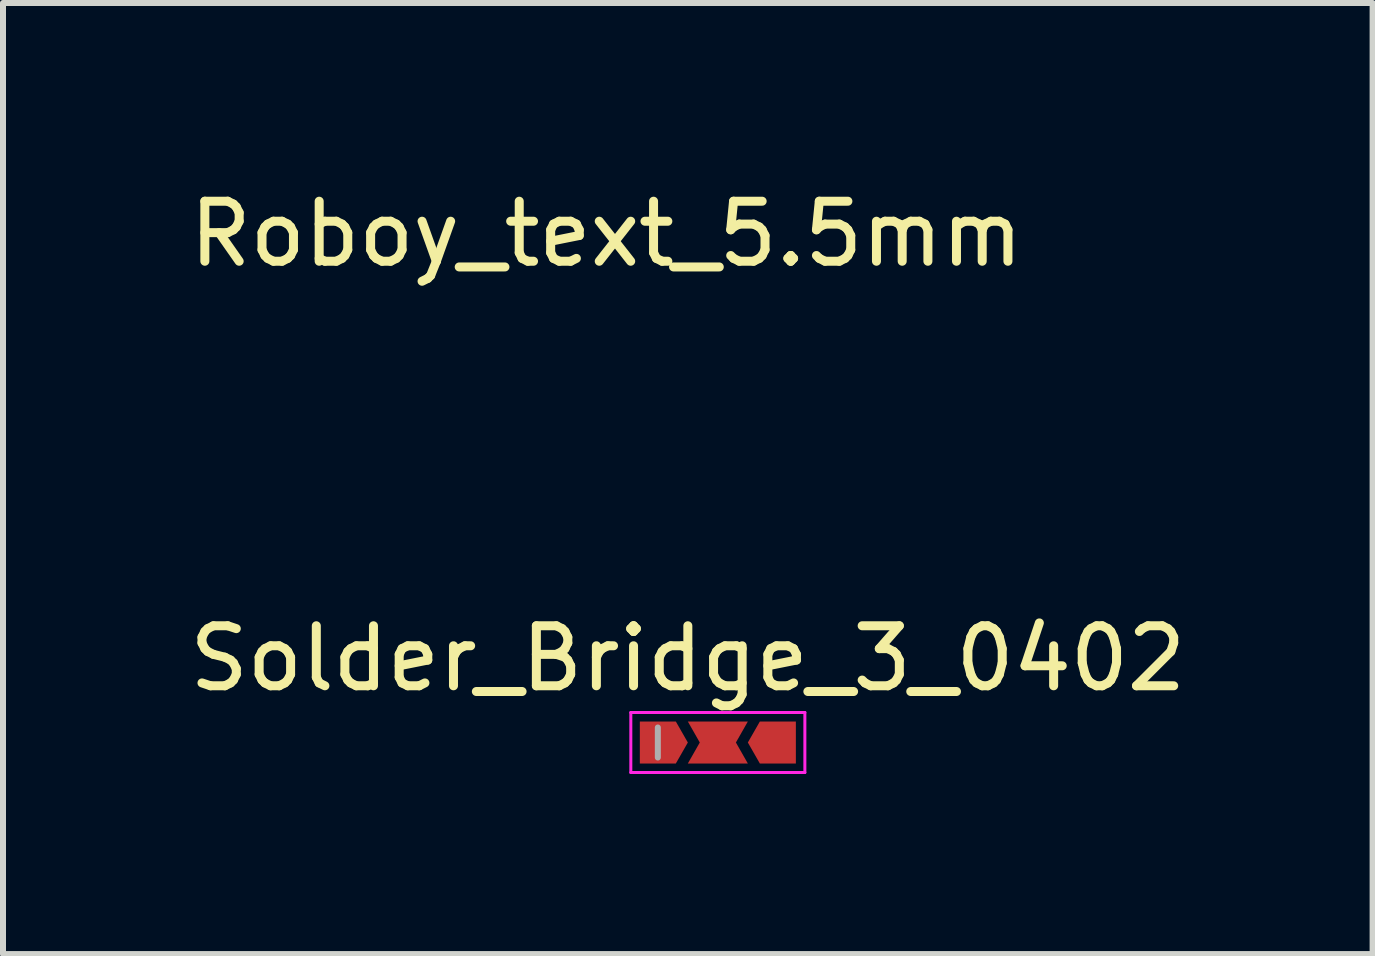
<source format=kicad_pcb>
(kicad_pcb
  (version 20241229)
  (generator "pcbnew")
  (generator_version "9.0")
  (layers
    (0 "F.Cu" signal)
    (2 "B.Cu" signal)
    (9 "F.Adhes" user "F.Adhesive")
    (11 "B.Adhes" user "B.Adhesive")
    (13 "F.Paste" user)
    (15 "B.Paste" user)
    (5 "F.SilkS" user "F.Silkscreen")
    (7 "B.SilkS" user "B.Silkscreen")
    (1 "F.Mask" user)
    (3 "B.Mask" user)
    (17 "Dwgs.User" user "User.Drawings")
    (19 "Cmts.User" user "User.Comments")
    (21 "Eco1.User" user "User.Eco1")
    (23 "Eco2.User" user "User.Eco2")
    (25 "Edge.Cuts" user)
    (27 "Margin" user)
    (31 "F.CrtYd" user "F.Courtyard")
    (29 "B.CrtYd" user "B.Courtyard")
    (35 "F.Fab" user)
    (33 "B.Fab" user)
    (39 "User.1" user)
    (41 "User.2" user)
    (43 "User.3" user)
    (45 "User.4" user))
  (footprint "Solder_Bridge_3_0402"
    (layer "F.Cu")
    (at 8.911 9.322)
    (property "Reference" "Solder_Bridge_3_0402" (at -0.5 -1.4 0) (layer "F.SilkS") (effects (font (size 1 1) (thickness 0.15))))
    (attr smd)
    (fp_line (start -1.45 -0.5) (end 1.45 -0.5) (stroke (width 0.05) (type solid)) (layer "F.CrtYd"))
    (fp_line (start -1.45 0.5) (end -1.45 -0.5) (stroke (width 0.05) (type solid)) (layer "F.CrtYd"))
    (fp_line (start 1.45 -0.5) (end 1.45 0.5) (stroke (width 0.05) (type solid)) (layer "F.CrtYd"))
    (fp_line (start 1.45 0.5) (end -1.45 0.5) (stroke (width 0.05) (type solid)) (layer "F.CrtYd"))
    (fp_line (start -1 0.25) (end -1 -0.25) (stroke (width 0.1) (type solid)) (layer "F.Fab"))
    (pad "1" smd custom (at -1 0) (size 0.6 0.7) (layers "F.Cu" "F.Mask" "F.Paste") (options (anchor rect)) (primitives (gr_poly (pts (xy 0.3 0.35) (xy 0.3 -0.35) (xy 0.5 0)) (width 0) (fill yes))))
    (pad "2" smd custom (at 0 0) (size 0.6 0.7) (layers "F.Cu" "F.Mask" "F.Paste") (options (anchor rect)) (primitives (gr_poly (pts (xy -0.3 -0.35) (xy -0.3 0.35) (xy -0.5 0.35) (xy -0.301 0) (xy -0.5 -0.35)) (width 0) (fill yes)) (gr_poly (pts (xy 0.3 0.35) (xy 0.3 -0.35) (xy 0.5 -0.35) (xy 0.301 0) (xy 0.5 0.35)) (width 0) (fill yes))))
    (pad "3" smd custom (at 1 0) (size 0.6 0.7) (layers "F.Cu" "F.Mask" "F.Paste") (options (anchor rect)) (primitives (gr_poly (pts (xy -0.3 -0.35) (xy -0.3 0.35) (xy -0.5 0)) (width 0) (fill yes)))))
  (footprint "Roboy_text_5.5mm"
    (layer "F.Cu")
    (at 7.054 3.388)
    (property "Reference" "Roboy_text_5.5mm" (at 0 -2.54 0) (layer "F.SilkS") (effects (font (size 1 1) (thickness 0.15))))
    (attr through_hole)
    (fp_poly (pts (xy 1.5 -0.189) (xy 1.505 -0.182) (xy 1.515 -0.166) (xy 1.527 -0.145) (xy 1.543 -0.117) (xy 1.56 -0.086) (xy 1.579 -0.052) (xy 1.599 -0.016) (xy 1.619 0.021) (xy 1.638 0.057) (xy 1.657 0.09) (xy 1.673 0.121) (xy 1.687 0.148) (xy 1.697 0.169) (xy 1.704 0.183) (xy 1.705 0.187) (xy 1.711 0.199) (xy 1.715 0.207) (xy 1.717 0.208) (xy 1.72 0.204) (xy 1.726 0.193) (xy 1.734 0.177) (xy 1.734 0.177) (xy 1.742 0.159) (xy 1.753 0.136) (xy 1.768 0.108) (xy 1.784 0.076) (xy 1.803 0.042) (xy 1.822 0.005) (xy 1.842 -0.031) (xy 1.861 -0.066) (xy 1.88 -0.1) (xy 1.897 -0.13) (xy 1.912 -0.156) (xy 1.924 -0.176) (xy 1.932 -0.189) (xy 1.936 -0.194) (xy 1.942 -0.198) (xy 1.949 -0.2) (xy 1.96 -0.202) (xy 1.976 -0.202) (xy 1.998 -0.202) (xy 2.029 -0.202) (xy 2.033 -0.202) (xy 2.118 -0.201) (xy 1.958 0.071) (xy 1.798 0.342) (xy 1.798 0.671) (xy 1.631 0.671) (xy 1.631 0.335) (xy 1.473 0.069) (xy 1.445 0.021) (xy 1.419 -0.024) (xy 1.394 -0.065) (xy 1.372 -0.102) (xy 1.353 -0.135) (xy 1.338 -0.162) (xy 1.326 -0.182) (xy 1.319 -0.195) (xy 1.316 -0.2) (xy 1.316 -0.2) (xy 1.321 -0.201) (xy 1.334 -0.202) (xy 1.354 -0.203) (xy 1.379 -0.203) (xy 1.401 -0.203) (xy 1.487 -0.203) (xy 1.5 -0.189)) (stroke (width 0.01) (type solid)) (fill yes) (layer "F.Mask"))
    (fp_poly (pts (xy -1.825 -0.202) (xy -1.772 -0.201) (xy -1.728 -0.201) (xy -1.692 -0.2) (xy -1.663 -0.198) (xy -1.638 -0.196) (xy -1.618 -0.194) (xy -1.601 -0.19) (xy -1.585 -0.186) (xy -1.57 -0.18) (xy -1.554 -0.173) (xy -1.536 -0.165) (xy -1.536 -0.165) (xy -1.495 -0.14) (xy -1.462 -0.108) (xy -1.436 -0.071) (xy -1.419 -0.027) (xy -1.412 0.007) (xy -1.409 0.059) (xy -1.415 0.109) (xy -1.431 0.156) (xy -1.454 0.198) (xy -1.486 0.236) (xy -1.525 0.267) (xy -1.565 0.288) (xy -1.594 0.301) (xy -1.572 0.322) (xy -1.566 0.329) (xy -1.555 0.343) (xy -1.54 0.363) (xy -1.522 0.388) (xy -1.502 0.417) (xy -1.48 0.448) (xy -1.457 0.481) (xy -1.434 0.514) (xy -1.411 0.547) (xy -1.39 0.577) (xy -1.371 0.605) (xy -1.355 0.63) (xy -1.342 0.649) (xy -1.334 0.662) (xy -1.331 0.668) (xy -1.331 0.668) (xy -1.336 0.669) (xy -1.349 0.67) (xy -1.368 0.671) (xy -1.392 0.671) (xy -1.418 0.671) (xy -1.444 0.67) (xy -1.469 0.669) (xy -1.491 0.668) (xy -1.507 0.666) (xy -1.516 0.665) (xy -1.516 0.665) (xy -1.523 0.658) (xy -1.535 0.644) (xy -1.552 0.621) (xy -1.574 0.59) (xy -1.601 0.55) (xy -1.633 0.502) (xy -1.671 0.446) (xy -1.711 0.385) (xy -1.723 0.367) (xy -1.734 0.353) (xy -1.744 0.343) (xy -1.745 0.343) (xy -1.757 0.338) (xy -1.777 0.334) (xy -1.803 0.332) (xy -1.849 0.329) (xy -1.849 0.671) (xy -2.017 0.671) (xy -2.017 0.214) (xy -1.849 0.214) (xy -1.772 0.212) (xy -1.74 0.211) (xy -1.716 0.21) (xy -1.698 0.208) (xy -1.683 0.204) (xy -1.669 0.2) (xy -1.664 0.198) (xy -1.63 0.18) (xy -1.604 0.156) (xy -1.587 0.126) (xy -1.577 0.089) (xy -1.575 0.061) (xy -1.579 0.024) (xy -1.593 -0.007) (xy -1.614 -0.034) (xy -1.642 -0.053) (xy -1.676 -0.066) (xy -1.677 -0.066) (xy -1.691 -0.068) (xy -1.713 -0.07) (xy -1.74 -0.072) (xy -1.769 -0.074) (xy -1.776 -0.074) (xy -1.849 -0.078) (xy -1.849 0.214) (xy -2.017 0.214) (xy -2.017 -0.204) (xy -1.825 -0.202)) (stroke (width 0.01) (type solid)) (fill yes) (layer "F.Mask"))
    (fp_poly (pts (xy -0.085 -0.202) (xy -0.033 -0.201) (xy 0.01 -0.201) (xy 0.045 -0.2) (xy 0.073 -0.2) (xy 0.095 -0.199) (xy 0.112 -0.198) (xy 0.126 -0.197) (xy 0.137 -0.195) (xy 0.147 -0.193) (xy 0.157 -0.19) (xy 0.163 -0.189) (xy 0.211 -0.17) (xy 0.252 -0.146) (xy 0.284 -0.118) (xy 0.308 -0.084) (xy 0.313 -0.075) (xy 0.325 -0.037) (xy 0.332 0.004) (xy 0.331 0.045) (xy 0.325 0.084) (xy 0.311 0.118) (xy 0.311 0.118) (xy 0.292 0.145) (xy 0.267 0.171) (xy 0.237 0.193) (xy 0.217 0.203) (xy 0.202 0.211) (xy 0.194 0.215) (xy 0.194 0.218) (xy 0.2 0.22) (xy 0.202 0.221) (xy 0.229 0.23) (xy 0.258 0.245) (xy 0.286 0.262) (xy 0.308 0.281) (xy 0.312 0.285) (xy 0.332 0.311) (xy 0.345 0.339) (xy 0.353 0.372) (xy 0.356 0.411) (xy 0.356 0.414) (xy 0.351 0.465) (xy 0.339 0.512) (xy 0.318 0.552) (xy 0.289 0.587) (xy 0.251 0.617) (xy 0.204 0.642) (xy 0.175 0.654) (xy 0.135 0.668) (xy -0.295 0.671) (xy -0.295 0.29) (xy -0.127 0.29) (xy -0.127 0.545) (xy -0.024 0.542) (xy 0.015 0.541) (xy 0.046 0.539) (xy 0.069 0.537) (xy 0.087 0.535) (xy 0.102 0.532) (xy 0.106 0.53) (xy 0.135 0.517) (xy 0.156 0.501) (xy 0.175 0.476) (xy 0.187 0.447) (xy 0.192 0.416) (xy 0.189 0.385) (xy 0.18 0.357) (xy 0.164 0.332) (xy 0.148 0.318) (xy 0.132 0.309) (xy 0.114 0.301) (xy 0.093 0.296) (xy 0.067 0.293) (xy 0.034 0.291) (xy -0.006 0.29) (xy -0.029 0.29) (xy -0.127 0.29) (xy -0.295 0.29) (xy -0.295 0.174) (xy -0.127 0.174) (xy -0.037 0.171) (xy 0.001 0.169) (xy 0.034 0.167) (xy 0.06 0.164) (xy 0.077 0.161) (xy 0.078 0.161) (xy 0.112 0.147) (xy 0.137 0.128) (xy 0.154 0.104) (xy 0.163 0.073) (xy 0.165 0.048) (xy 0.164 0.025) (xy 0.16 0.006) (xy 0.153 -0.011) (xy 0.152 -0.013) (xy 0.141 -0.031) (xy 0.125 -0.045) (xy 0.105 -0.056) (xy 0.079 -0.064) (xy 0.046 -0.07) (xy 0.005 -0.074) (xy -0.044 -0.076) (xy -0.07 -0.076) (xy -0.127 -0.076) (xy -0.127 0.174) (xy -0.295 0.174) (xy -0.295 -0.204) (xy -0.085 -0.202)) (stroke (width 0.01) (type solid)) (fill yes) (layer "F.Mask"))
    (fp_poly (pts (xy -0.82 -0.213) (xy -0.796 -0.211) (xy -0.775 -0.208) (xy -0.761 -0.206) (xy -0.698 -0.188) (xy -0.638 -0.162) (xy -0.585 -0.127) (xy -0.538 -0.086) (xy -0.499 -0.038) (xy -0.467 0.015) (xy -0.443 0.073) (xy -0.427 0.133) (xy -0.418 0.196) (xy -0.417 0.259) (xy -0.424 0.322) (xy -0.439 0.383) (xy -0.462 0.441) (xy -0.492 0.495) (xy -0.53 0.544) (xy -0.541 0.556) (xy -0.59 0.599) (xy -0.644 0.633) (xy -0.704 0.659) (xy -0.761 0.674) (xy -0.786 0.677) (xy -0.817 0.679) (xy -0.852 0.68) (xy -0.888 0.68) (xy -0.922 0.679) (xy -0.951 0.676) (xy -0.968 0.673) (xy -1.032 0.655) (xy -1.089 0.628) (xy -1.141 0.594) (xy -1.169 0.57) (xy -1.214 0.522) (xy -1.249 0.47) (xy -1.276 0.414) (xy -1.294 0.352) (xy -1.304 0.285) (xy -1.306 0.234) (xy -1.135 0.234) (xy -1.134 0.271) (xy -1.131 0.305) (xy -1.126 0.331) (xy -1.109 0.383) (xy -1.084 0.428) (xy -1.053 0.466) (xy -1.015 0.497) (xy -0.971 0.521) (xy -0.941 0.531) (xy -0.919 0.535) (xy -0.89 0.537) (xy -0.858 0.538) (xy -0.827 0.537) (xy -0.799 0.534) (xy -0.782 0.53) (xy -0.735 0.512) (xy -0.694 0.485) (xy -0.658 0.451) (xy -0.631 0.411) (xy -0.623 0.395) (xy -0.611 0.367) (xy -0.602 0.341) (xy -0.597 0.316) (xy -0.593 0.287) (xy -0.592 0.252) (xy -0.592 0.231) (xy -0.592 0.2) (xy -0.593 0.176) (xy -0.595 0.157) (xy -0.599 0.141) (xy -0.603 0.123) (xy -0.604 0.122) (xy -0.624 0.07) (xy -0.65 0.027) (xy -0.682 -0.009) (xy -0.721 -0.037) (xy -0.767 -0.058) (xy -0.782 -0.063) (xy -0.805 -0.068) (xy -0.835 -0.07) (xy -0.868 -0.071) (xy -0.9 -0.07) (xy -0.928 -0.066) (xy -0.939 -0.064) (xy -0.987 -0.046) (xy -1.029 -0.021) (xy -1.064 0.013) (xy -1.093 0.054) (xy -1.116 0.103) (xy -1.126 0.137) (xy -1.131 0.164) (xy -1.134 0.197) (xy -1.135 0.234) (xy -1.306 0.234) (xy -1.306 0.234) (xy -1.302 0.163) (xy -1.29 0.098) (xy -1.27 0.038) (xy -1.241 -0.017) (xy -1.203 -0.068) (xy -1.168 -0.103) (xy -1.143 -0.125) (xy -1.119 -0.143) (xy -1.091 -0.159) (xy -1.076 -0.167) (xy -1.044 -0.182) (xy -1.017 -0.193) (xy -0.991 -0.201) (xy -0.964 -0.206) (xy -0.934 -0.209) (xy -0.896 -0.211) (xy -0.883 -0.212) (xy -0.848 -0.213) (xy -0.82 -0.213)) (stroke (width 0.01) (type solid)) (fill yes) (layer "F.Mask"))
    (fp_poly (pts (xy 0.933 -0.213) (xy 0.956 -0.211) (xy 0.977 -0.208) (xy 0.991 -0.206) (xy 1.055 -0.188) (xy 1.114 -0.162) (xy 1.168 -0.127) (xy 1.214 -0.086) (xy 1.254 -0.038) (xy 1.286 0.015) (xy 1.31 0.073) (xy 1.326 0.133) (xy 1.334 0.196) (xy 1.335 0.259) (xy 1.328 0.322) (xy 1.314 0.383) (xy 1.291 0.441) (xy 1.261 0.495) (xy 1.223 0.544) (xy 1.212 0.556) (xy 1.162 0.599) (xy 1.108 0.633) (xy 1.049 0.659) (xy 0.992 0.674) (xy 0.967 0.677) (xy 0.935 0.679) (xy 0.9 0.68) (xy 0.864 0.68) (xy 0.831 0.679) (xy 0.802 0.676) (xy 0.785 0.673) (xy 0.721 0.655) (xy 0.663 0.628) (xy 0.611 0.594) (xy 0.583 0.57) (xy 0.539 0.522) (xy 0.503 0.47) (xy 0.476 0.414) (xy 0.458 0.352) (xy 0.448 0.285) (xy 0.446 0.234) (xy 0.618 0.234) (xy 0.619 0.271) (xy 0.622 0.305) (xy 0.626 0.331) (xy 0.644 0.383) (xy 0.668 0.428) (xy 0.7 0.466) (xy 0.738 0.497) (xy 0.781 0.521) (xy 0.811 0.531) (xy 0.834 0.535) (xy 0.863 0.537) (xy 0.894 0.538) (xy 0.926 0.537) (xy 0.953 0.534) (xy 0.971 0.53) (xy 1.018 0.512) (xy 1.059 0.485) (xy 1.094 0.451) (xy 1.122 0.411) (xy 1.13 0.395) (xy 1.142 0.367) (xy 1.15 0.341) (xy 1.156 0.316) (xy 1.159 0.287) (xy 1.161 0.252) (xy 1.161 0.231) (xy 1.16 0.2) (xy 1.159 0.176) (xy 1.157 0.157) (xy 1.154 0.141) (xy 1.149 0.123) (xy 1.149 0.122) (xy 1.129 0.07) (xy 1.102 0.027) (xy 1.07 -0.009) (xy 1.031 -0.037) (xy 0.986 -0.058) (xy 0.971 -0.063) (xy 0.947 -0.068) (xy 0.917 -0.07) (xy 0.885 -0.071) (xy 0.853 -0.07) (xy 0.825 -0.066) (xy 0.813 -0.064) (xy 0.766 -0.046) (xy 0.724 -0.021) (xy 0.689 0.013) (xy 0.66 0.054) (xy 0.637 0.103) (xy 0.627 0.137) (xy 0.622 0.164) (xy 0.619 0.197) (xy 0.618 0.234) (xy 0.446 0.234) (xy 0.446 0.234) (xy 0.45 0.163) (xy 0.462 0.098) (xy 0.483 0.038) (xy 0.512 -0.017) (xy 0.55 -0.068) (xy 0.584 -0.103) (xy 0.609 -0.125) (xy 0.634 -0.143) (xy 0.661 -0.159) (xy 0.677 -0.167) (xy 0.708 -0.182) (xy 0.736 -0.193) (xy 0.761 -0.201) (xy 0.788 -0.206) (xy 0.819 -0.209) (xy 0.856 -0.211) (xy 0.869 -0.212) (xy 0.905 -0.213) (xy 0.933 -0.213)) (stroke (width 0.01) (type solid)) (fill yes) (layer "F.Mask")))
  (gr_rect
    (start -3 -3)
    (end 19.821 12.847)
    (stroke (width 0.1) (type default))
    (fill no)
    (layer "Edge.Cuts")))
</source>
